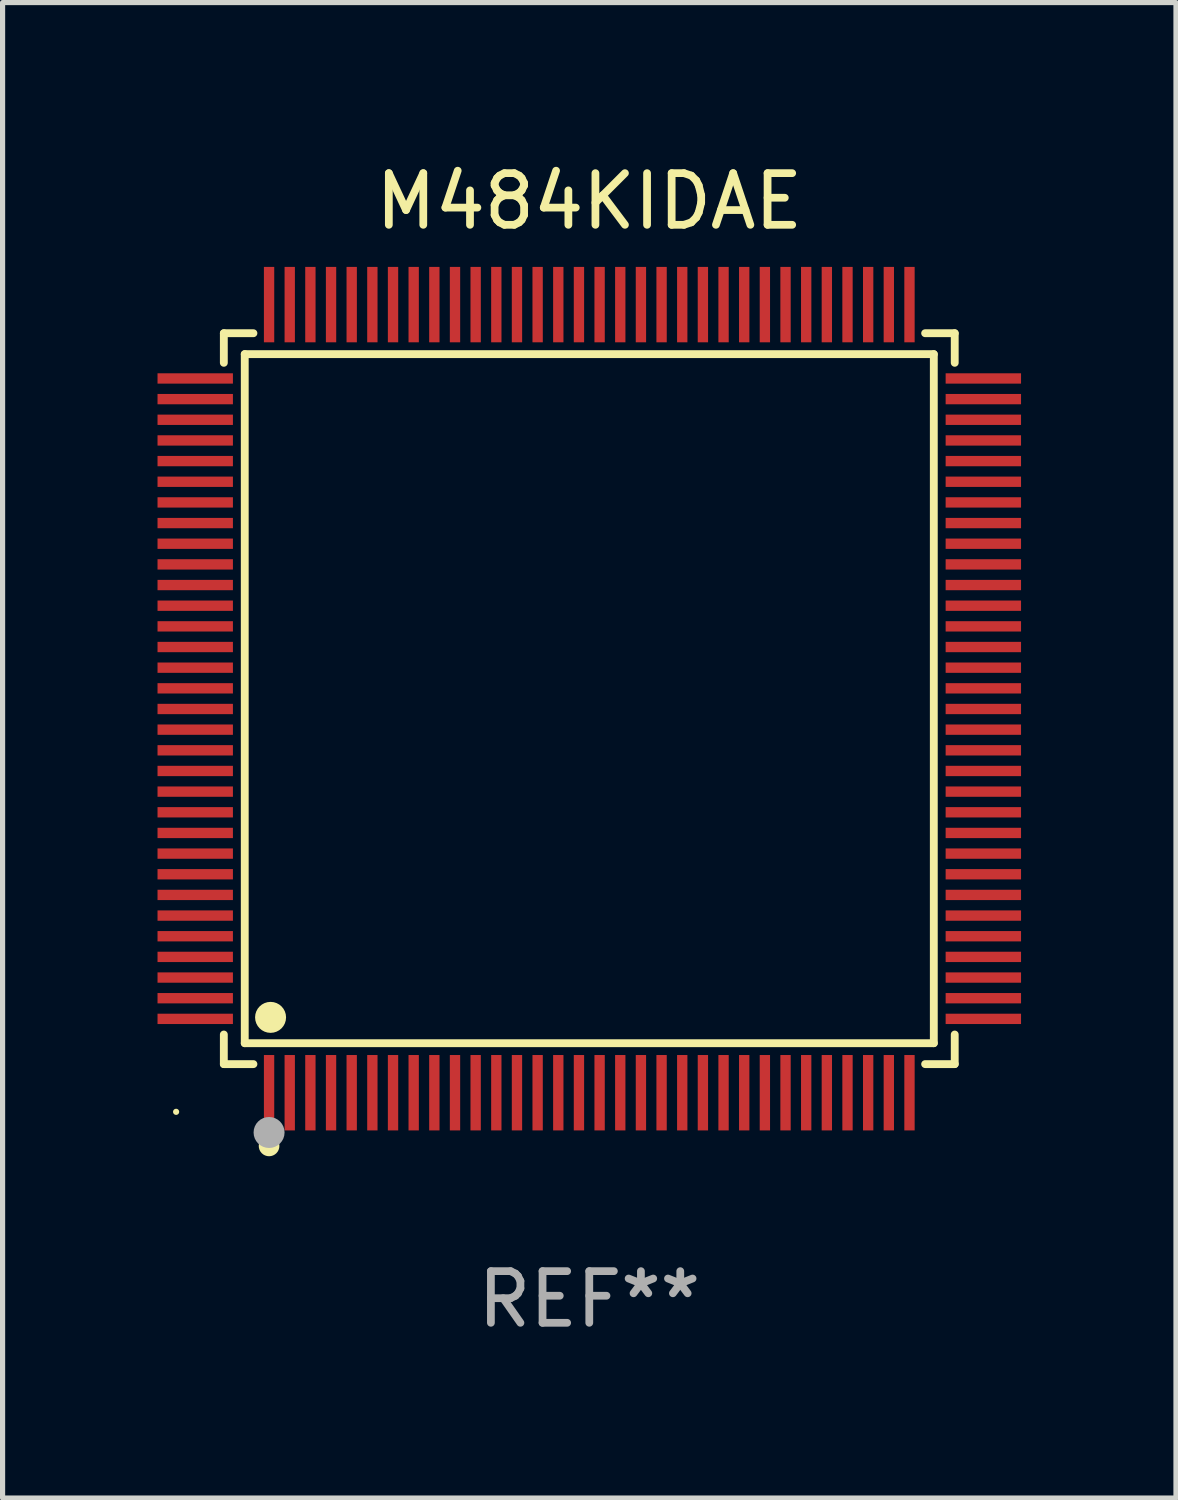
<source format=kicad_pcb>
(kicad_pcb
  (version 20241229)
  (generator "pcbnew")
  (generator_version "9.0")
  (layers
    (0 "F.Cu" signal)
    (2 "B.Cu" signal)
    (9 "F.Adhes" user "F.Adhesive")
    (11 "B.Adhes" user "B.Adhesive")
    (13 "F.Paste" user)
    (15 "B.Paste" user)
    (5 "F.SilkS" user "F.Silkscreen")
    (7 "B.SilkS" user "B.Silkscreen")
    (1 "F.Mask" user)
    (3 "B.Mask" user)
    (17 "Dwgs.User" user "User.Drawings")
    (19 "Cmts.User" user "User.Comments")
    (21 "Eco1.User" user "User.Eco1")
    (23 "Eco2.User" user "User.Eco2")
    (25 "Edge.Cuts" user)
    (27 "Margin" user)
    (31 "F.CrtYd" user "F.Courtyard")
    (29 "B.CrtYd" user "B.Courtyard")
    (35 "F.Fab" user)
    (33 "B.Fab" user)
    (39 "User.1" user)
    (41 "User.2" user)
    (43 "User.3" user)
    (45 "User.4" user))
  (footprint "M484KIDAE"
    (layer "F.Cu")
    (at 8.36 10.478)
    (property "Reference" "M484KIDAE" (at 0 -9.63 0) (layer "F.SilkS") (effects (font (size 1 1) (thickness 0.15))))
    (attr through_hole)
    (fp_line (start -7.076 -7.076) (end -6.503 -7.076) (stroke (width 0.152) (type solid)) (layer "F.SilkS"))
    (fp_line (start -7.076 -6.503) (end -7.076 -7.076) (stroke (width 0.152) (type solid)) (layer "F.SilkS"))
    (fp_line (start -7.076 6.503) (end -7.076 7.076) (stroke (width 0.152) (type solid)) (layer "F.SilkS"))
    (fp_line (start -7.076 7.076) (end -6.503 7.076) (stroke (width 0.152) (type solid)) (layer "F.SilkS"))
    (fp_line (start -6.671 -6.671) (end 6.671 -6.671) (stroke (width 0.152) (type solid)) (layer "F.SilkS"))
    (fp_line (start -6.671 6.671) (end -6.671 -6.671) (stroke (width 0.152) (type solid)) (layer "F.SilkS"))
    (fp_line (start 6.671 -6.671) (end 6.671 6.671) (stroke (width 0.152) (type solid)) (layer "F.SilkS"))
    (fp_line (start 6.671 6.671) (end -6.671 6.671) (stroke (width 0.152) (type solid)) (layer "F.SilkS"))
    (fp_line (start 7.076 -7.076) (end 6.503 -7.076) (stroke (width 0.152) (type solid)) (layer "F.SilkS"))
    (fp_line (start 7.076 -6.503) (end 7.076 -7.076) (stroke (width 0.152) (type solid)) (layer "F.SilkS"))
    (fp_line (start 7.076 6.503) (end 7.076 7.076) (stroke (width 0.152) (type solid)) (layer "F.SilkS"))
    (fp_line (start 7.076 7.076) (end 6.503 7.076) (stroke (width 0.152) (type solid)) (layer "F.SilkS"))
    (fp_circle (center -8 8) (end -7.97 8) (stroke (width 0.06) (type solid)) (fill no) (layer "F.SilkS"))
    (fp_circle (center -6.2 8.66) (end -6.1 8.66) (stroke (width 0.2) (type solid)) (fill no) (layer "F.SilkS"))
    (fp_circle (center -6.171 6.171) (end -6.021 6.171) (stroke (width 0.3) (type solid)) (fill no) (layer "F.SilkS"))
    (fp_circle (center -6.2 8.4) (end -6.05 8.4) (stroke (width 0.3) (type solid)) (fill no) (layer "F.Fab"))
    (fp_text user "REF**" (at 0 11.63 0) (layer "F.Fab") (effects (font (size 1 1) (thickness 0.15))))
    (pad "1" smd rect (at -6.2 7.63) (size 0.2 1.46) (layers "F.Cu" "F.Mask" "F.Paste"))
    (pad "2" smd rect (at -5.8 7.63) (size 0.2 1.46) (layers "F.Cu" "F.Mask" "F.Paste"))
    (pad "3" smd rect (at -5.4 7.63) (size 0.2 1.46) (layers "F.Cu" "F.Mask" "F.Paste"))
    (pad "4" smd rect (at -5 7.63) (size 0.2 1.46) (layers "F.Cu" "F.Mask" "F.Paste"))
    (pad "5" smd rect (at -4.6 7.63) (size 0.2 1.46) (layers "F.Cu" "F.Mask" "F.Paste"))
    (pad "6" smd rect (at -4.2 7.63) (size 0.2 1.46) (layers "F.Cu" "F.Mask" "F.Paste"))
    (pad "7" smd rect (at -3.8 7.63) (size 0.2 1.46) (layers "F.Cu" "F.Mask" "F.Paste"))
    (pad "8" smd rect (at -3.4 7.63) (size 0.2 1.46) (layers "F.Cu" "F.Mask" "F.Paste"))
    (pad "9" smd rect (at -3 7.63) (size 0.2 1.46) (layers "F.Cu" "F.Mask" "F.Paste"))
    (pad "10" smd rect (at -2.6 7.63) (size 0.2 1.46) (layers "F.Cu" "F.Mask" "F.Paste"))
    (pad "11" smd rect (at -2.2 7.63) (size 0.2 1.46) (layers "F.Cu" "F.Mask" "F.Paste"))
    (pad "12" smd rect (at -1.8 7.63) (size 0.2 1.46) (layers "F.Cu" "F.Mask" "F.Paste"))
    (pad "13" smd rect (at -1.4 7.63) (size 0.2 1.46) (layers "F.Cu" "F.Mask" "F.Paste"))
    (pad "14" smd rect (at -1 7.63) (size 0.2 1.46) (layers "F.Cu" "F.Mask" "F.Paste"))
    (pad "15" smd rect (at -0.6 7.63) (size 0.2 1.46) (layers "F.Cu" "F.Mask" "F.Paste"))
    (pad "16" smd rect (at -0.2 7.63) (size 0.2 1.46) (layers "F.Cu" "F.Mask" "F.Paste"))
    (pad "17" smd rect (at 0.2 7.63) (size 0.2 1.46) (layers "F.Cu" "F.Mask" "F.Paste"))
    (pad "18" smd rect (at 0.6 7.63) (size 0.2 1.46) (layers "F.Cu" "F.Mask" "F.Paste"))
    (pad "19" smd rect (at 1 7.63) (size 0.2 1.46) (layers "F.Cu" "F.Mask" "F.Paste"))
    (pad "20" smd rect (at 1.4 7.63) (size 0.2 1.46) (layers "F.Cu" "F.Mask" "F.Paste"))
    (pad "21" smd rect (at 1.8 7.63) (size 0.2 1.46) (layers "F.Cu" "F.Mask" "F.Paste"))
    (pad "22" smd rect (at 2.2 7.63) (size 0.2 1.46) (layers "F.Cu" "F.Mask" "F.Paste"))
    (pad "23" smd rect (at 2.6 7.63) (size 0.2 1.46) (layers "F.Cu" "F.Mask" "F.Paste"))
    (pad "24" smd rect (at 3 7.63) (size 0.2 1.46) (layers "F.Cu" "F.Mask" "F.Paste"))
    (pad "25" smd rect (at 3.4 7.63) (size 0.2 1.46) (layers "F.Cu" "F.Mask" "F.Paste"))
    (pad "26" smd rect (at 3.8 7.63) (size 0.2 1.46) (layers "F.Cu" "F.Mask" "F.Paste"))
    (pad "27" smd rect (at 4.2 7.63) (size 0.2 1.46) (layers "F.Cu" "F.Mask" "F.Paste"))
    (pad "28" smd rect (at 4.6 7.63) (size 0.2 1.46) (layers "F.Cu" "F.Mask" "F.Paste"))
    (pad "29" smd rect (at 5 7.63) (size 0.2 1.46) (layers "F.Cu" "F.Mask" "F.Paste"))
    (pad "30" smd rect (at 5.4 7.63) (size 0.2 1.46) (layers "F.Cu" "F.Mask" "F.Paste"))
    (pad "31" smd rect (at 5.8 7.63) (size 0.2 1.46) (layers "F.Cu" "F.Mask" "F.Paste"))
    (pad "32" smd rect (at 6.2 7.63) (size 0.2 1.46) (layers "F.Cu" "F.Mask" "F.Paste"))
    (pad "33" smd rect (at 7.63 6.2) (size 1.46 0.2) (layers "F.Cu" "F.Mask" "F.Paste"))
    (pad "34" smd rect (at 7.63 5.8) (size 1.46 0.2) (layers "F.Cu" "F.Mask" "F.Paste"))
    (pad "35" smd rect (at 7.63 5.4) (size 1.46 0.2) (layers "F.Cu" "F.Mask" "F.Paste"))
    (pad "36" smd rect (at 7.63 5) (size 1.46 0.2) (layers "F.Cu" "F.Mask" "F.Paste"))
    (pad "37" smd rect (at 7.63 4.6) (size 1.46 0.2) (layers "F.Cu" "F.Mask" "F.Paste"))
    (pad "38" smd rect (at 7.63 4.2) (size 1.46 0.2) (layers "F.Cu" "F.Mask" "F.Paste"))
    (pad "39" smd rect (at 7.63 3.8) (size 1.46 0.2) (layers "F.Cu" "F.Mask" "F.Paste"))
    (pad "40" smd rect (at 7.63 3.4) (size 1.46 0.2) (layers "F.Cu" "F.Mask" "F.Paste"))
    (pad "41" smd rect (at 7.63 3) (size 1.46 0.2) (layers "F.Cu" "F.Mask" "F.Paste"))
    (pad "42" smd rect (at 7.63 2.6) (size 1.46 0.2) (layers "F.Cu" "F.Mask" "F.Paste"))
    (pad "43" smd rect (at 7.63 2.2) (size 1.46 0.2) (layers "F.Cu" "F.Mask" "F.Paste"))
    (pad "44" smd rect (at 7.63 1.8) (size 1.46 0.2) (layers "F.Cu" "F.Mask" "F.Paste"))
    (pad "45" smd rect (at 7.63 1.4) (size 1.46 0.2) (layers "F.Cu" "F.Mask" "F.Paste"))
    (pad "46" smd rect (at 7.63 1) (size 1.46 0.2) (layers "F.Cu" "F.Mask" "F.Paste"))
    (pad "47" smd rect (at 7.63 0.6) (size 1.46 0.2) (layers "F.Cu" "F.Mask" "F.Paste"))
    (pad "48" smd rect (at 7.63 0.2) (size 1.46 0.2) (layers "F.Cu" "F.Mask" "F.Paste"))
    (pad "49" smd rect (at 7.63 -0.2) (size 1.46 0.2) (layers "F.Cu" "F.Mask" "F.Paste"))
    (pad "50" smd rect (at 7.63 -0.6) (size 1.46 0.2) (layers "F.Cu" "F.Mask" "F.Paste"))
    (pad "51" smd rect (at 7.63 -1) (size 1.46 0.2) (layers "F.Cu" "F.Mask" "F.Paste"))
    (pad "52" smd rect (at 7.63 -1.4) (size 1.46 0.2) (layers "F.Cu" "F.Mask" "F.Paste"))
    (pad "53" smd rect (at 7.63 -1.8) (size 1.46 0.2) (layers "F.Cu" "F.Mask" "F.Paste"))
    (pad "54" smd rect (at 7.63 -2.2) (size 1.46 0.2) (layers "F.Cu" "F.Mask" "F.Paste"))
    (pad "55" smd rect (at 7.63 -2.6) (size 1.46 0.2) (layers "F.Cu" "F.Mask" "F.Paste"))
    (pad "56" smd rect (at 7.63 -3) (size 1.46 0.2) (layers "F.Cu" "F.Mask" "F.Paste"))
    (pad "57" smd rect (at 7.63 -3.4) (size 1.46 0.2) (layers "F.Cu" "F.Mask" "F.Paste"))
    (pad "58" smd rect (at 7.63 -3.8) (size 1.46 0.2) (layers "F.Cu" "F.Mask" "F.Paste"))
    (pad "59" smd rect (at 7.63 -4.2) (size 1.46 0.2) (layers "F.Cu" "F.Mask" "F.Paste"))
    (pad "60" smd rect (at 7.63 -4.6) (size 1.46 0.2) (layers "F.Cu" "F.Mask" "F.Paste"))
    (pad "61" smd rect (at 7.63 -5) (size 1.46 0.2) (layers "F.Cu" "F.Mask" "F.Paste"))
    (pad "62" smd rect (at 7.63 -5.4) (size 1.46 0.2) (layers "F.Cu" "F.Mask" "F.Paste"))
    (pad "63" smd rect (at 7.63 -5.8) (size 1.46 0.2) (layers "F.Cu" "F.Mask" "F.Paste"))
    (pad "64" smd rect (at 7.63 -6.2) (size 1.46 0.2) (layers "F.Cu" "F.Mask" "F.Paste"))
    (pad "65" smd rect (at 6.2 -7.63) (size 0.2 1.46) (layers "F.Cu" "F.Mask" "F.Paste"))
    (pad "66" smd rect (at 5.8 -7.63) (size 0.2 1.46) (layers "F.Cu" "F.Mask" "F.Paste"))
    (pad "67" smd rect (at 5.4 -7.63) (size 0.2 1.46) (layers "F.Cu" "F.Mask" "F.Paste"))
    (pad "68" smd rect (at 5 -7.63) (size 0.2 1.46) (layers "F.Cu" "F.Mask" "F.Paste"))
    (pad "69" smd rect (at 4.6 -7.63) (size 0.2 1.46) (layers "F.Cu" "F.Mask" "F.Paste"))
    (pad "70" smd rect (at 4.2 -7.63) (size 0.2 1.46) (layers "F.Cu" "F.Mask" "F.Paste"))
    (pad "71" smd rect (at 3.8 -7.63) (size 0.2 1.46) (layers "F.Cu" "F.Mask" "F.Paste"))
    (pad "72" smd rect (at 3.4 -7.63) (size 0.2 1.46) (layers "F.Cu" "F.Mask" "F.Paste"))
    (pad "73" smd rect (at 3 -7.63) (size 0.2 1.46) (layers "F.Cu" "F.Mask" "F.Paste"))
    (pad "74" smd rect (at 2.6 -7.63) (size 0.2 1.46) (layers "F.Cu" "F.Mask" "F.Paste"))
    (pad "75" smd rect (at 2.2 -7.63) (size 0.2 1.46) (layers "F.Cu" "F.Mask" "F.Paste"))
    (pad "76" smd rect (at 1.8 -7.63) (size 0.2 1.46) (layers "F.Cu" "F.Mask" "F.Paste"))
    (pad "77" smd rect (at 1.4 -7.63) (size 0.2 1.46) (layers "F.Cu" "F.Mask" "F.Paste"))
    (pad "78" smd rect (at 1 -7.63) (size 0.2 1.46) (layers "F.Cu" "F.Mask" "F.Paste"))
    (pad "79" smd rect (at 0.6 -7.63) (size 0.2 1.46) (layers "F.Cu" "F.Mask" "F.Paste"))
    (pad "80" smd rect (at 0.2 -7.63) (size 0.2 1.46) (layers "F.Cu" "F.Mask" "F.Paste"))
    (pad "81" smd rect (at -0.2 -7.63) (size 0.2 1.46) (layers "F.Cu" "F.Mask" "F.Paste"))
    (pad "82" smd rect (at -0.6 -7.63) (size 0.2 1.46) (layers "F.Cu" "F.Mask" "F.Paste"))
    (pad "83" smd rect (at -1 -7.63) (size 0.2 1.46) (layers "F.Cu" "F.Mask" "F.Paste"))
    (pad "84" smd rect (at -1.4 -7.63) (size 0.2 1.46) (layers "F.Cu" "F.Mask" "F.Paste"))
    (pad "85" smd rect (at -1.8 -7.63) (size 0.2 1.46) (layers "F.Cu" "F.Mask" "F.Paste"))
    (pad "86" smd rect (at -2.2 -7.63) (size 0.2 1.46) (layers "F.Cu" "F.Mask" "F.Paste"))
    (pad "87" smd rect (at -2.6 -7.63) (size 0.2 1.46) (layers "F.Cu" "F.Mask" "F.Paste"))
    (pad "88" smd rect (at -3 -7.63) (size 0.2 1.46) (layers "F.Cu" "F.Mask" "F.Paste"))
    (pad "89" smd rect (at -3.4 -7.63) (size 0.2 1.46) (layers "F.Cu" "F.Mask" "F.Paste"))
    (pad "90" smd rect (at -3.8 -7.63) (size 0.2 1.46) (layers "F.Cu" "F.Mask" "F.Paste"))
    (pad "91" smd rect (at -4.2 -7.63) (size 0.2 1.46) (layers "F.Cu" "F.Mask" "F.Paste"))
    (pad "92" smd rect (at -4.6 -7.63) (size 0.2 1.46) (layers "F.Cu" "F.Mask" "F.Paste"))
    (pad "93" smd rect (at -5 -7.63) (size 0.2 1.46) (layers "F.Cu" "F.Mask" "F.Paste"))
    (pad "94" smd rect (at -5.4 -7.63) (size 0.2 1.46) (layers "F.Cu" "F.Mask" "F.Paste"))
    (pad "95" smd rect (at -5.8 -7.63) (size 0.2 1.46) (layers "F.Cu" "F.Mask" "F.Paste"))
    (pad "96" smd rect (at -6.2 -7.63) (size 0.2 1.46) (layers "F.Cu" "F.Mask" "F.Paste"))
    (pad "97" smd rect (at -7.63 -6.2) (size 1.46 0.2) (layers "F.Cu" "F.Mask" "F.Paste"))
    (pad "98" smd rect (at -7.63 -5.8) (size 1.46 0.2) (layers "F.Cu" "F.Mask" "F.Paste"))
    (pad "99" smd rect (at -7.63 -5.4) (size 1.46 0.2) (layers "F.Cu" "F.Mask" "F.Paste"))
    (pad "100" smd rect (at -7.63 -5) (size 1.46 0.2) (layers "F.Cu" "F.Mask" "F.Paste"))
    (pad "101" smd rect (at -7.63 -4.6) (size 1.46 0.2) (layers "F.Cu" "F.Mask" "F.Paste"))
    (pad "102" smd rect (at -7.63 -4.2) (size 1.46 0.2) (layers "F.Cu" "F.Mask" "F.Paste"))
    (pad "103" smd rect (at -7.63 -3.8) (size 1.46 0.2) (layers "F.Cu" "F.Mask" "F.Paste"))
    (pad "104" smd rect (at -7.63 -3.4) (size 1.46 0.2) (layers "F.Cu" "F.Mask" "F.Paste"))
    (pad "105" smd rect (at -7.63 -3) (size 1.46 0.2) (layers "F.Cu" "F.Mask" "F.Paste"))
    (pad "106" smd rect (at -7.63 -2.6) (size 1.46 0.2) (layers "F.Cu" "F.Mask" "F.Paste"))
    (pad "107" smd rect (at -7.63 -2.2) (size 1.46 0.2) (layers "F.Cu" "F.Mask" "F.Paste"))
    (pad "108" smd rect (at -7.63 -1.8) (size 1.46 0.2) (layers "F.Cu" "F.Mask" "F.Paste"))
    (pad "109" smd rect (at -7.63 -1.4) (size 1.46 0.2) (layers "F.Cu" "F.Mask" "F.Paste"))
    (pad "110" smd rect (at -7.63 -1) (size 1.46 0.2) (layers "F.Cu" "F.Mask" "F.Paste"))
    (pad "111" smd rect (at -7.63 -0.6) (size 1.46 0.2) (layers "F.Cu" "F.Mask" "F.Paste"))
    (pad "112" smd rect (at -7.63 -0.2) (size 1.46 0.2) (layers "F.Cu" "F.Mask" "F.Paste"))
    (pad "113" smd rect (at -7.63 0.2) (size 1.46 0.2) (layers "F.Cu" "F.Mask" "F.Paste"))
    (pad "114" smd rect (at -7.63 0.6) (size 1.46 0.2) (layers "F.Cu" "F.Mask" "F.Paste"))
    (pad "115" smd rect (at -7.63 1) (size 1.46 0.2) (layers "F.Cu" "F.Mask" "F.Paste"))
    (pad "116" smd rect (at -7.63 1.4) (size 1.46 0.2) (layers "F.Cu" "F.Mask" "F.Paste"))
    (pad "117" smd rect (at -7.63 1.8) (size 1.46 0.2) (layers "F.Cu" "F.Mask" "F.Paste"))
    (pad "118" smd rect (at -7.63 2.2) (size 1.46 0.2) (layers "F.Cu" "F.Mask" "F.Paste"))
    (pad "119" smd rect (at -7.63 2.6) (size 1.46 0.2) (layers "F.Cu" "F.Mask" "F.Paste"))
    (pad "120" smd rect (at -7.63 3) (size 1.46 0.2) (layers "F.Cu" "F.Mask" "F.Paste"))
    (pad "121" smd rect (at -7.63 3.4) (size 1.46 0.2) (layers "F.Cu" "F.Mask" "F.Paste"))
    (pad "122" smd rect (at -7.63 3.8) (size 1.46 0.2) (layers "F.Cu" "F.Mask" "F.Paste"))
    (pad "123" smd rect (at -7.63 4.2) (size 1.46 0.2) (layers "F.Cu" "F.Mask" "F.Paste"))
    (pad "124" smd rect (at -7.63 4.6) (size 1.46 0.2) (layers "F.Cu" "F.Mask" "F.Paste"))
    (pad "125" smd rect (at -7.63 5) (size 1.46 0.2) (layers "F.Cu" "F.Mask" "F.Paste"))
    (pad "126" smd rect (at -7.63 5.4) (size 1.46 0.2) (layers "F.Cu" "F.Mask" "F.Paste"))
    (pad "127" smd rect (at -7.63 5.8) (size 1.46 0.2) (layers "F.Cu" "F.Mask" "F.Paste"))
    (pad "128" smd rect (at -7.63 6.2) (size 1.46 0.2) (layers "F.Cu" "F.Mask" "F.Paste")))
  (gr_rect
    (start -3 -3)
    (end 19.72 25.956)
    (stroke (width 0.1) (type default))
    (fill no)
    (layer "Edge.Cuts")))
</source>
